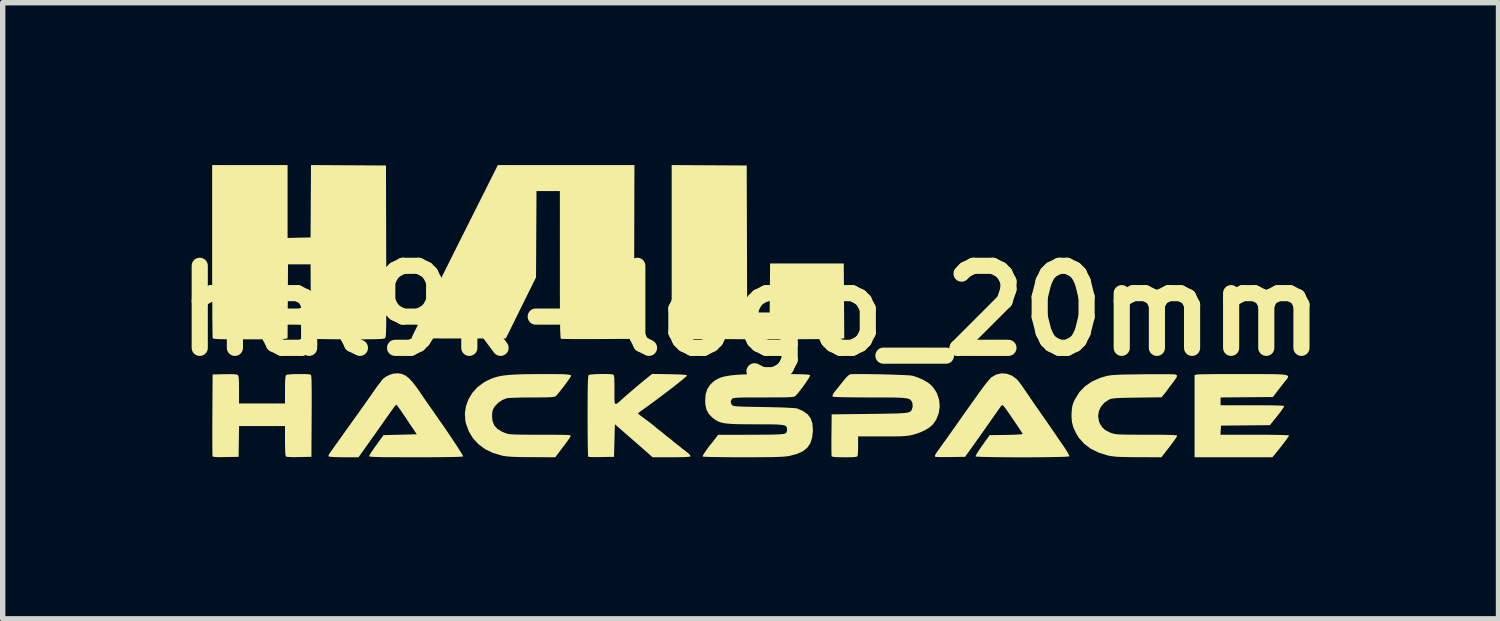
<source format=kicad_pcb>
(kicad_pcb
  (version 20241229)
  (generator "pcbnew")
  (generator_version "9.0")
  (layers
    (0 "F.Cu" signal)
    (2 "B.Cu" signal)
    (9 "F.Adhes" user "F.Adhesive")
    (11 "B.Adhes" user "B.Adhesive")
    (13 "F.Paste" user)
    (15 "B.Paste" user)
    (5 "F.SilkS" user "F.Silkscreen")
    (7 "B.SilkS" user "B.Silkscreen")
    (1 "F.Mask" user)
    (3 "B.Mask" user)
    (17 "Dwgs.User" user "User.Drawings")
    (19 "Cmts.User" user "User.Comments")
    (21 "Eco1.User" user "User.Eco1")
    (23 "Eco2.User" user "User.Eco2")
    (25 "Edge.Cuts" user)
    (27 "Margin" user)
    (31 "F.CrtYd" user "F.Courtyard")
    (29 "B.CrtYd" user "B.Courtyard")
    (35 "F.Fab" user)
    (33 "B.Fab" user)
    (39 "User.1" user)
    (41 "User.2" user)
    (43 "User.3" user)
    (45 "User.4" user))
  (footprint "hal9k-logo_20mm"
    (layer "F.Cu")
    (at 10.893 2.722)
    (property "Reference" "hal9k-logo_20mm" (at 0 0 0) (layer "F.SilkS") (effects (font (size 1.524 1.524) (thickness 0.3))))
    (attr board_only exclude_from_pos_files exclude_from_bom)
    (fp_poly (pts (xy 7.221 -2.722) (xy 7.367 -2.721) (xy 7.485 -2.72) (xy 7.577 -2.717) (xy 7.646 -2.715) (xy 7.692 -2.711) (xy 7.719 -2.707) (xy 7.728 -2.703) (xy 7.731 -2.692) (xy 7.734 -2.665) (xy 7.737 -2.622) (xy 7.739 -2.56) (xy 7.741 -2.479) (xy 7.743 -2.376) (xy 7.744 -2.25) (xy 7.745 -2.1) (xy 7.746 -1.924) (xy 7.747 -1.721) (xy 7.747 -1.489) (xy 7.747 -1.228) (xy 7.747 -1.101) (xy 7.747 -0.878) (xy 7.747 -0.664) (xy 7.746 -0.46) (xy 7.746 -0.27) (xy 7.745 -0.096) (xy 7.744 0.061) (xy 7.743 0.198) (xy 7.742 0.312) (xy 7.741 0.402) (xy 7.74 0.466) (xy 7.738 0.5) (xy 7.737 0.506) (xy 7.732 0.512) (xy 7.72 0.517) (xy 7.699 0.522) (xy 7.664 0.525) (xy 7.615 0.527) (xy 7.547 0.529) (xy 7.458 0.53) (xy 7.346 0.531) (xy 7.207 0.531) (xy 7.04 0.532) (xy 6.894 0.531) (xy 6.758 0.531) (xy 6.635 0.529) (xy 6.53 0.528) (xy 6.444 0.526) (xy 6.382 0.524) (xy 6.347 0.522) (xy 6.341 0.521) (xy 6.339 0.504) (xy 6.338 0.456) (xy 6.336 0.381) (xy 6.335 0.28) (xy 6.334 0.156) (xy 6.333 0.01) (xy 6.332 -0.155) (xy 6.331 -0.336) (xy 6.331 -0.533) (xy 6.33 -0.742) (xy 6.33 -0.962) (xy 6.33 -1.096) (xy 6.33 -1.361) (xy 6.33 -1.595) (xy 6.33 -1.801) (xy 6.331 -1.979) (xy 6.331 -2.133) (xy 6.332 -2.265) (xy 6.333 -2.374) (xy 6.334 -2.465) (xy 6.336 -2.538) (xy 6.338 -2.595) (xy 6.34 -2.639) (xy 6.343 -2.67) (xy 6.346 -2.691) (xy 6.349 -2.704) (xy 6.353 -2.711) (xy 6.355 -2.712) (xy 6.377 -2.714) (xy 6.426 -2.716) (xy 6.501 -2.718) (xy 6.598 -2.72) (xy 6.713 -2.721) (xy 6.842 -2.722) (xy 6.982 -2.722) (xy 7.045 -2.722)) (stroke (width 0) (type solid)) (fill yes) (layer "F.Mask"))
    (fp_poly (pts (xy 9.346 -2.722) (xy 9.496 -2.722) (xy 9.62 -2.721) (xy 9.719 -2.72) (xy 9.796 -2.718) (xy 9.854 -2.716) (xy 9.895 -2.713) (xy 9.923 -2.709) (xy 9.939 -2.705) (xy 9.947 -2.7) (xy 9.948 -2.698) (xy 9.943 -2.678) (xy 9.922 -2.633) (xy 9.887 -2.564) (xy 9.84 -2.475) (xy 9.781 -2.367) (xy 9.712 -2.242) (xy 9.635 -2.106) (xy 9.564 -1.98) (xy 9.496 -1.861) (xy 9.434 -1.751) (xy 9.38 -1.656) (xy 9.335 -1.577) (xy 9.302 -1.518) (xy 9.282 -1.483) (xy 9.279 -1.478) (xy 9.234 -1.398) (xy 9.2 -1.338) (xy 9.171 -1.29) (xy 9.151 -1.256) (xy 9.129 -1.215) (xy 9.117 -1.184) (xy 9.116 -1.178) (xy 9.124 -1.158) (xy 9.144 -1.114) (xy 9.176 -1.052) (xy 9.216 -0.975) (xy 9.263 -0.888) (xy 9.272 -0.872) (xy 9.324 -0.777) (xy 9.374 -0.684) (xy 9.42 -0.6) (xy 9.458 -0.531) (xy 9.483 -0.483) (xy 9.522 -0.41) (xy 9.566 -0.33) (xy 9.596 -0.274) (xy 9.63 -0.211) (xy 9.664 -0.149) (xy 9.688 -0.105) (xy 9.768 0.04) (xy 9.838 0.168) (xy 9.897 0.28) (xy 9.943 0.372) (xy 9.975 0.442) (xy 9.993 0.489) (xy 9.996 0.508) (xy 9.99 0.514) (xy 9.975 0.518) (xy 9.949 0.522) (xy 9.908 0.525) (xy 9.851 0.527) (xy 9.775 0.529) (xy 9.677 0.53) (xy 9.555 0.531) (xy 9.407 0.531) (xy 9.229 0.532) (xy 9.183 0.532) (xy 8.992 0.531) (xy 8.831 0.531) (xy 8.698 0.53) (xy 8.591 0.528) (xy 8.507 0.526) (xy 8.445 0.524) (xy 8.401 0.52) (xy 8.375 0.516) (xy 8.363 0.512) (xy 8.363 0.511) (xy 8.351 0.491) (xy 8.327 0.446) (xy 8.295 0.384) (xy 8.257 0.308) (xy 8.232 0.258) (xy 8.118 0.024) (xy 8.118 -1.116) (xy 8.118 -2.255) (xy 8.23 -2.479) (xy 8.27 -2.556) (xy 8.307 -2.624) (xy 8.339 -2.675) (xy 8.361 -2.706) (xy 8.368 -2.712) (xy 8.389 -2.714) (xy 8.439 -2.716) (xy 8.514 -2.718) (xy 8.612 -2.719) (xy 8.73 -2.72) (xy 8.863 -2.721) (xy 9.009 -2.722) (xy 9.164 -2.722) (xy 9.166 -2.722)) (stroke (width 0) (type solid)) (fill yes) (layer "F.Mask"))
    (fp_poly (pts (xy 4.434 -2.719) (xy 4.575 -2.718) (xy 4.693 -2.715) (xy 4.793 -2.711) (xy 4.877 -2.706) (xy 4.947 -2.699) (xy 5.006 -2.69) (xy 5.057 -2.679) (xy 5.102 -2.667) (xy 5.123 -2.66) (xy 5.274 -2.592) (xy 5.406 -2.499) (xy 5.516 -2.383) (xy 5.602 -2.246) (xy 5.664 -2.091) (xy 5.679 -2.034) (xy 5.684 -2.005) (xy 5.689 -1.969) (xy 5.693 -1.921) (xy 5.696 -1.861) (xy 5.698 -1.785) (xy 5.7 -1.69) (xy 5.701 -1.574) (xy 5.702 -1.433) (xy 5.702 -1.266) (xy 5.702 -1.093) (xy 5.702 -0.879) (xy 5.7 -0.69) (xy 5.698 -0.529) (xy 5.696 -0.396) (xy 5.692 -0.292) (xy 5.689 -0.218) (xy 5.684 -0.176) (xy 5.684 -0.173) (xy 5.636 -0.017) (xy 5.562 0.126) (xy 5.466 0.25) (xy 5.349 0.353) (xy 5.226 0.426) (xy 5.185 0.446) (xy 5.147 0.462) (xy 5.111 0.476) (xy 5.073 0.488) (xy 5.03 0.497) (xy 4.98 0.505) (xy 4.919 0.511) (xy 4.846 0.515) (xy 4.756 0.519) (xy 4.647 0.521) (xy 4.517 0.523) (xy 4.362 0.524) (xy 4.18 0.524) (xy 4.035 0.525) (xy 3.862 0.525) (xy 3.696 0.525) (xy 3.541 0.525) (xy 3.399 0.524) (xy 3.274 0.522) (xy 3.169 0.521) (xy 3.087 0.519) (xy 3.032 0.516) (xy 3.012 0.515) (xy 2.847 0.477) (xy 2.698 0.412) (xy 2.565 0.322) (xy 2.452 0.209) (xy 2.361 0.074) (xy 2.293 -0.079) (xy 2.261 -0.196) (xy 2.25 -0.268) (xy 2.243 -0.341) (xy 2.242 -0.393) (xy 2.247 -0.475) (xy 3.729 -0.475) (xy 3.733 -0.221) (xy 3.738 0.032) (xy 4.155 0.032) (xy 4.155 -0.902) (xy 3.205 -0.902) (xy 3.005 -0.902) (xy 2.836 -0.902) (xy 2.694 -0.903) (xy 2.577 -0.903) (xy 2.482 -0.904) (xy 2.407 -0.906) (xy 2.35 -0.908) (xy 2.308 -0.91) (xy 2.279 -0.913) (xy 2.26 -0.917) (xy 2.249 -0.922) (xy 2.244 -0.928) (xy 2.242 -0.93) (xy 2.239 -0.953) (xy 2.237 -1.004) (xy 2.235 -1.078) (xy 2.233 -1.172) (xy 2.233 -1.281) (xy 2.233 -1.4) (xy 2.233 -1.401) (xy 3.736 -1.401) (xy 4.155 -1.401) (xy 4.155 -2.224) (xy 3.95 -2.219) (xy 3.745 -2.215) (xy 3.736 -1.401) (xy 2.233 -1.401) (xy 2.233 -1.433) (xy 2.234 -1.596) (xy 2.236 -1.731) (xy 2.241 -1.843) (xy 2.248 -1.934) (xy 2.258 -2.011) (xy 2.272 -2.076) (xy 2.29 -2.135) (xy 2.313 -2.191) (xy 2.341 -2.248) (xy 2.344 -2.254) (xy 2.433 -2.39) (xy 2.546 -2.505) (xy 2.681 -2.597) (xy 2.835 -2.665) (xy 2.867 -2.676) (xy 2.894 -2.684) (xy 2.921 -2.69) (xy 2.95 -2.696) (xy 2.984 -2.7) (xy 3.025 -2.704) (xy 3.078 -2.707) (xy 3.145 -2.71) (xy 3.228 -2.712) (xy 3.331 -2.713) (xy 3.456 -2.715) (xy 3.607 -2.716) (xy 3.786 -2.718) (xy 3.857 -2.718) (xy 4.078 -2.719) (xy 4.269 -2.72)) (stroke (width 0) (type solid)) (fill yes) (layer "F.Mask"))
    (fp_poly (pts (xy -0.769 -2.702) (xy -0.072 -2.698) (xy -0.068 -1.333) (xy -0.064 0.032) (xy 0.354 0.032) (xy 0.358 -0.423) (xy 0.362 -0.878) (xy 1.731 -0.878) (xy 1.74 0.511) (xy 1.672 0.522) (xy 1.647 0.523) (xy 1.593 0.525) (xy 1.513 0.526) (xy 1.408 0.527) (xy 1.283 0.527) (xy 1.139 0.528) (xy 0.979 0.529) (xy 0.807 0.529) (xy 0.625 0.529) (xy 0.435 0.529) (xy 0.241 0.529) (xy 0.046 0.529) (xy -0.149 0.529) (xy -0.34 0.528) (xy -0.524 0.528) (xy -0.698 0.527) (xy -0.861 0.526) (xy -1.009 0.526) (xy -1.139 0.525) (xy -1.248 0.524) (xy -1.335 0.522) (xy -1.395 0.521) (xy -1.426 0.52) (xy -1.429 0.519) (xy -1.466 0.513) (xy -1.466 -2.706)) (stroke (width 0) (type solid)) (fill yes) (layer "F.SilkS"))
    (fp_poly (pts (xy -2.166 0.523) (xy -2.835 0.526) (xy -2.979 0.527) (xy -3.113 0.527) (xy -3.235 0.526) (xy -3.339 0.526) (xy -3.424 0.525) (xy -3.484 0.523) (xy -3.518 0.522) (xy -3.523 0.521) (xy -3.527 0.513) (xy -3.53 0.492) (xy -3.533 0.456) (xy -3.535 0.404) (xy -3.538 0.333) (xy -3.539 0.241) (xy -3.541 0.128) (xy -3.542 -0.008) (xy -3.542 -0.17) (xy -3.543 -0.358) (xy -3.543 -0.576) (xy -3.543 -0.823) (xy -3.543 -0.855) (xy -3.543 -2.223) (xy -3.977 -2.223) (xy -3.986 -0.62) (xy -4.201 -0.185) (xy -4.259 -0.068) (xy -4.315 0.046) (xy -4.368 0.153) (xy -4.414 0.247) (xy -4.452 0.323) (xy -4.478 0.377) (xy -4.481 0.383) (xy -4.547 0.515) (xy -5.422 0.515) (xy -5.587 0.515) (xy -5.741 0.515) (xy -5.883 0.514) (xy -6.008 0.512) (xy -6.115 0.511) (xy -6.2 0.509) (xy -6.26 0.507) (xy -6.293 0.505) (xy -6.298 0.503) (xy -6.291 0.488) (xy -6.27 0.445) (xy -6.237 0.377) (xy -6.192 0.286) (xy -6.136 0.174) (xy -6.071 0.042) (xy -5.996 -0.108) (xy -5.914 -0.273) (xy -5.824 -0.453) (xy -5.728 -0.644) (xy -5.627 -0.846) (xy -5.522 -1.057) (xy -5.497 -1.107) (xy -4.695 -2.706) (xy -2.158 -2.706)) (stroke (width 0) (type solid)) (fill yes) (layer "F.SilkS"))
    (fp_poly (pts (xy -8.274 1.177) (xy -8.216 1.18) (xy -8.178 1.186) (xy -8.17 1.189) (xy -8.165 1.199) (xy -8.161 1.222) (xy -8.158 1.262) (xy -8.155 1.32) (xy -8.154 1.399) (xy -8.153 1.501) (xy -8.153 1.629) (xy -8.153 1.784) (xy -8.154 1.958) (xy -8.158 2.714) (xy -8.39 2.718) (xy -8.488 2.72) (xy -8.558 2.718) (xy -8.604 2.715) (xy -8.629 2.708) (xy -8.636 2.702) (xy -8.64 2.68) (xy -8.644 2.631) (xy -8.647 2.562) (xy -8.649 2.478) (xy -8.649 2.412) (xy -8.649 2.142) (xy -9.502 2.142) (xy -9.511 2.714) (xy -9.749 2.718) (xy -9.847 2.72) (xy -9.917 2.719) (xy -9.962 2.715) (xy -9.987 2.709) (xy -9.995 2.702) (xy -9.996 2.682) (xy -9.997 2.634) (xy -9.998 2.559) (xy -9.999 2.462) (xy -9.999 2.346) (xy -9.999 2.215) (xy -9.999 2.07) (xy -9.998 1.933) (xy -9.994 1.184) (xy -9.771 1.179) (xy -9.666 1.178) (xy -9.591 1.18) (xy -9.544 1.186) (xy -9.526 1.193) (xy -9.517 1.207) (xy -9.51 1.236) (xy -9.506 1.283) (xy -9.504 1.353) (xy -9.503 1.45) (xy -9.503 1.468) (xy -9.503 1.723) (xy -8.649 1.723) (xy -8.649 1.469) (xy -8.648 1.357) (xy -8.645 1.276) (xy -8.639 1.223) (xy -8.631 1.197) (xy -8.63 1.195) (xy -8.607 1.188) (xy -8.56 1.182) (xy -8.495 1.178) (xy -8.421 1.176) (xy -8.345 1.176)) (stroke (width 0) (type solid)) (fill yes) (layer "F.SilkS"))
    (fp_poly (pts (xy 9.109 1.176) (xy 9.15 1.176) (xy 9.342 1.177) (xy 9.504 1.177) (xy 9.639 1.178) (xy 9.747 1.179) (xy 9.833 1.182) (xy 9.897 1.187) (xy 9.942 1.194) (xy 9.97 1.203) (xy 9.983 1.216) (xy 9.984 1.231) (xy 9.975 1.251) (xy 9.958 1.274) (xy 9.934 1.303) (xy 9.918 1.323) (xy 9.888 1.361) (xy 9.846 1.416) (xy 9.8 1.475) (xy 9.788 1.49) (xy 9.702 1.603) (xy 9.216 1.607) (xy 8.73 1.611) (xy 8.73 1.756) (xy 9.317 1.756) (xy 9.451 1.756) (xy 9.575 1.757) (xy 9.685 1.758) (xy 9.777 1.76) (xy 9.848 1.763) (xy 9.894 1.766) (xy 9.912 1.769) (xy 9.912 1.769) (xy 9.905 1.788) (xy 9.878 1.83) (xy 9.831 1.895) (xy 9.763 1.981) (xy 9.695 2.065) (xy 9.646 2.126) (xy 9.192 2.13) (xy 8.738 2.134) (xy 8.733 2.219) (xy 8.728 2.303) (xy 9.365 2.303) (xy 9.505 2.304) (xy 9.634 2.304) (xy 9.749 2.306) (xy 9.847 2.308) (xy 9.923 2.31) (xy 9.976 2.313) (xy 10.001 2.316) (xy 10.002 2.317) (xy 9.993 2.335) (xy 9.967 2.373) (xy 9.929 2.426) (xy 9.882 2.488) (xy 9.83 2.554) (xy 9.778 2.619) (xy 9.757 2.645) (xy 9.693 2.722) (xy 8.247 2.722) (xy 8.247 1.195) (xy 8.288 1.185) (xy 8.311 1.183) (xy 8.364 1.181) (xy 8.443 1.18) (xy 8.544 1.178) (xy 8.664 1.177) (xy 8.801 1.177) (xy 8.95 1.176)) (stroke (width 0) (type solid)) (fill yes) (layer "F.SilkS"))
    (fp_poly (pts (xy -7.469 -2.702) (xy -6.773 -2.698) (xy -6.769 -1.103) (xy -6.768 -0.841) (xy -6.767 -0.609) (xy -6.767 -0.405) (xy -6.767 -0.228) (xy -6.767 -0.075) (xy -6.768 0.055) (xy -6.768 0.163) (xy -6.769 0.253) (xy -6.77 0.326) (xy -6.772 0.383) (xy -6.774 0.427) (xy -6.777 0.459) (xy -6.78 0.482) (xy -6.783 0.497) (xy -6.787 0.506) (xy -6.792 0.511) (xy -6.792 0.512) (xy -6.807 0.517) (xy -6.837 0.522) (xy -6.884 0.525) (xy -6.951 0.528) (xy -7.04 0.53) (xy -7.155 0.531) (xy -7.296 0.531) (xy -7.457 0.531) (xy -7.598 0.531) (xy -7.731 0.53) (xy -7.85 0.529) (xy -7.953 0.527) (xy -8.036 0.525) (xy -8.095 0.524) (xy -8.126 0.522) (xy -8.13 0.521) (xy -8.166 0.512) (xy -8.174 -0.862) (xy -8.593 -0.862) (xy -8.597 -0.175) (xy -8.601 0.512) (xy -8.637 0.521) (xy -8.661 0.524) (xy -8.713 0.525) (xy -8.79 0.527) (xy -8.889 0.529) (xy -9.005 0.53) (xy -9.135 0.531) (xy -9.275 0.531) (xy -9.328 0.531) (xy -9.492 0.531) (xy -9.626 0.531) (xy -9.734 0.53) (xy -9.819 0.529) (xy -9.883 0.527) (xy -9.929 0.524) (xy -9.96 0.521) (xy -9.979 0.516) (xy -9.989 0.511) (xy -9.992 0.506) (xy -9.994 0.487) (xy -9.995 0.437) (xy -9.996 0.36) (xy -9.997 0.257) (xy -9.999 0.131) (xy -9.999 -0.016) (xy -10 -0.182) (xy -10.001 -0.365) (xy -10.002 -0.562) (xy -10.002 -0.772) (xy -10.002 -0.992) (xy -10.002 -1.113) (xy -10.002 -2.706) (xy -8.601 -2.706) (xy -8.601 -1.352) (xy -8.387 -1.357) (xy -8.174 -1.361) (xy -8.17 -2.034) (xy -8.166 -2.706)) (stroke (width 0) (type solid)) (fill yes) (layer "F.SilkS"))
    (fp_poly (pts (xy 7.656 1.179) (xy 7.75 1.179) (xy 7.823 1.18) (xy 7.87 1.182) (xy 7.888 1.184) (xy 7.913 1.194) (xy 7.921 1.211) (xy 7.911 1.241) (xy 7.881 1.286) (xy 7.848 1.331) (xy 7.806 1.386) (xy 7.767 1.437) (xy 7.74 1.473) (xy 7.739 1.475) (xy 7.705 1.521) (xy 7.67 1.564) (xy 7.634 1.608) (xy 7.179 1.614) (xy 7.041 1.616) (xy 6.931 1.618) (xy 6.846 1.621) (xy 6.781 1.625) (xy 6.734 1.63) (xy 6.7 1.635) (xy 6.676 1.643) (xy 6.668 1.646) (xy 6.577 1.704) (xy 6.511 1.778) (xy 6.47 1.864) (xy 6.456 1.957) (xy 6.471 2.054) (xy 6.49 2.1) (xy 6.531 2.165) (xy 6.586 2.215) (xy 6.662 2.256) (xy 6.705 2.273) (xy 6.73 2.281) (xy 6.757 2.287) (xy 6.79 2.293) (xy 6.832 2.297) (xy 6.888 2.299) (xy 6.961 2.301) (xy 7.054 2.302) (xy 7.171 2.303) (xy 7.316 2.303) (xy 7.356 2.303) (xy 7.513 2.303) (xy 7.64 2.304) (xy 7.74 2.306) (xy 7.815 2.308) (xy 7.869 2.311) (xy 7.903 2.314) (xy 7.921 2.319) (xy 7.924 2.324) (xy 7.915 2.343) (xy 7.889 2.382) (xy 7.85 2.437) (xy 7.801 2.502) (xy 7.778 2.533) (xy 7.631 2.722) (xy 7.202 2.721) (xy 7.065 2.72) (xy 6.955 2.718) (xy 6.867 2.716) (xy 6.797 2.712) (xy 6.739 2.706) (xy 6.689 2.699) (xy 6.641 2.69) (xy 6.636 2.689) (xy 6.467 2.637) (xy 6.319 2.564) (xy 6.195 2.47) (xy 6.094 2.356) (xy 6.043 2.272) (xy 5.996 2.169) (xy 5.97 2.072) (xy 5.961 1.967) (xy 5.963 1.894) (xy 5.969 1.816) (xy 5.98 1.756) (xy 6.001 1.696) (xy 6.029 1.638) (xy 6.11 1.509) (xy 6.216 1.4) (xy 6.346 1.312) (xy 6.499 1.245) (xy 6.604 1.215) (xy 6.642 1.207) (xy 6.684 1.2) (xy 6.735 1.195) (xy 6.798 1.191) (xy 6.877 1.187) (xy 6.976 1.185) (xy 7.098 1.183) (xy 7.248 1.181) (xy 7.288 1.18) (xy 7.421 1.179) (xy 7.545 1.179)) (stroke (width 0) (type solid)) (fill yes) (layer "F.SilkS"))
    (fp_poly (pts (xy -3.643 1.177) (xy -3.543 1.178) (xy -3.466 1.18) (xy -3.41 1.184) (xy -3.371 1.189) (xy -3.348 1.195) (xy -3.336 1.203) (xy -3.334 1.211) (xy -3.343 1.229) (xy -3.369 1.267) (xy -3.405 1.318) (xy -3.449 1.377) (xy -3.495 1.438) (xy -3.54 1.495) (xy -3.579 1.543) (xy -3.607 1.575) (xy -3.614 1.582) (xy -3.626 1.591) (xy -3.644 1.598) (xy -3.672 1.603) (xy -3.713 1.606) (xy -3.771 1.609) (xy -3.851 1.61) (xy -3.957 1.611) (xy -4.057 1.611) (xy -4.173 1.612) (xy -4.281 1.613) (xy -4.376 1.616) (xy -4.454 1.619) (xy -4.508 1.623) (xy -4.531 1.626) (xy -4.612 1.658) (xy -4.689 1.711) (xy -4.752 1.777) (xy -4.763 1.793) (xy -4.788 1.842) (xy -4.8 1.897) (xy -4.803 1.956) (xy -4.793 2.052) (xy -4.761 2.13) (xy -4.704 2.194) (xy -4.62 2.246) (xy -4.559 2.272) (xy -4.535 2.28) (xy -4.509 2.287) (xy -4.478 2.292) (xy -4.437 2.296) (xy -4.383 2.299) (xy -4.313 2.301) (xy -4.223 2.302) (xy -4.109 2.303) (xy -3.968 2.303) (xy -3.904 2.303) (xy -3.752 2.303) (xy -3.63 2.304) (xy -3.534 2.305) (xy -3.461 2.306) (xy -3.409 2.308) (xy -3.373 2.311) (xy -3.352 2.315) (xy -3.342 2.32) (xy -3.34 2.327) (xy -3.341 2.329) (xy -3.354 2.351) (xy -3.383 2.393) (xy -3.423 2.45) (xy -3.472 2.516) (xy -3.49 2.539) (xy -3.629 2.722) (xy -4.057 2.72) (xy -4.202 2.719) (xy -4.319 2.717) (xy -4.413 2.714) (xy -4.489 2.709) (xy -4.551 2.703) (xy -4.604 2.694) (xy -4.616 2.692) (xy -4.783 2.643) (xy -4.93 2.572) (xy -5.056 2.479) (xy -5.159 2.367) (xy -5.237 2.236) (xy -5.289 2.09) (xy -5.298 2.048) (xy -5.308 1.911) (xy -5.288 1.775) (xy -5.241 1.645) (xy -5.168 1.525) (xy -5.073 1.419) (xy -4.956 1.333) (xy -4.939 1.323) (xy -4.873 1.288) (xy -4.808 1.259) (xy -4.741 1.236) (xy -4.667 1.217) (xy -4.583 1.203) (xy -4.485 1.192) (xy -4.368 1.185) (xy -4.23 1.18) (xy -4.067 1.178) (xy -3.926 1.177) (xy -3.77 1.177)) (stroke (width 0) (type solid)) (fill yes) (layer "F.SilkS"))
    (fp_poly (pts (xy 2.11 1.177) (xy 2.22 1.178) (xy 2.339 1.18) (xy 2.461 1.182) (xy 2.582 1.185) (xy 2.696 1.189) (xy 2.8 1.193) (xy 2.888 1.197) (xy 2.955 1.201) (xy 2.997 1.206) (xy 3.004 1.207) (xy 3.101 1.237) (xy 3.203 1.282) (xy 3.294 1.335) (xy 3.348 1.377) (xy 3.393 1.427) (xy 3.437 1.491) (xy 3.463 1.538) (xy 3.502 1.657) (xy 3.513 1.78) (xy 3.495 1.903) (xy 3.451 2.018) (xy 3.391 2.106) (xy 3.325 2.167) (xy 3.233 2.223) (xy 3.125 2.27) (xy 3.023 2.302) (xy 2.979 2.312) (xy 2.935 2.32) (xy 2.888 2.326) (xy 2.832 2.33) (xy 2.763 2.333) (xy 2.676 2.334) (xy 2.565 2.335) (xy 2.441 2.335) (xy 1.997 2.335) (xy 1.997 2.503) (xy 1.996 2.576) (xy 1.994 2.638) (xy 1.99 2.682) (xy 1.987 2.697) (xy 1.979 2.707) (xy 1.96 2.714) (xy 1.926 2.718) (xy 1.872 2.721) (xy 1.792 2.722) (xy 1.745 2.722) (xy 1.647 2.721) (xy 1.577 2.719) (xy 1.533 2.714) (xy 1.51 2.707) (xy 1.505 2.702) (xy 1.503 2.68) (xy 1.502 2.631) (xy 1.501 2.56) (xy 1.501 2.471) (xy 1.501 2.368) (xy 1.502 2.303) (xy 1.506 1.925) (xy 2.207 1.917) (xy 2.382 1.915) (xy 2.527 1.912) (xy 2.646 1.91) (xy 2.742 1.907) (xy 2.817 1.903) (xy 2.874 1.898) (xy 2.916 1.892) (xy 2.946 1.884) (xy 2.966 1.873) (xy 2.98 1.861) (xy 2.991 1.846) (xy 2.995 1.837) (xy 3.011 1.781) (xy 3.006 1.72) (xy 2.995 1.69) (xy 2.984 1.672) (xy 2.971 1.656) (xy 2.953 1.644) (xy 2.927 1.634) (xy 2.89 1.626) (xy 2.84 1.62) (xy 2.773 1.616) (xy 2.686 1.613) (xy 2.577 1.612) (xy 2.443 1.611) (xy 2.28 1.611) (xy 2.208 1.611) (xy 2.015 1.61) (xy 1.854 1.609) (xy 1.724 1.607) (xy 1.627 1.604) (xy 1.561 1.601) (xy 1.527 1.596) (xy 1.522 1.594) (xy 1.523 1.568) (xy 1.542 1.53) (xy 1.575 1.487) (xy 1.582 1.48) (xy 1.6 1.458) (xy 1.633 1.417) (xy 1.675 1.364) (xy 1.706 1.325) (xy 1.757 1.262) (xy 1.803 1.214) (xy 1.837 1.186) (xy 1.847 1.182) (xy 1.876 1.179) (xy 1.933 1.177) (xy 2.013 1.176)) (stroke (width 0) (type solid)) (fill yes) (layer "F.SilkS"))
    (fp_poly (pts (xy -6.478 1.174) (xy -6.412 1.203) (xy -6.347 1.253) (xy -6.279 1.326) (xy -6.203 1.425) (xy -6.159 1.488) (xy -6.106 1.566) (xy -6.053 1.644) (xy -6.005 1.713) (xy -5.969 1.764) (xy -5.873 1.901) (xy -5.779 2.036) (xy -5.689 2.165) (xy -5.606 2.287) (xy -5.532 2.398) (xy -5.467 2.496) (xy -5.413 2.579) (xy -5.373 2.643) (xy -5.348 2.686) (xy -5.34 2.706) (xy -5.34 2.707) (xy -5.358 2.71) (xy -5.405 2.713) (xy -5.481 2.716) (xy -5.582 2.718) (xy -5.706 2.719) (xy -5.85 2.721) (xy -6.014 2.722) (xy -6.194 2.722) (xy -6.218 2.722) (xy -6.413 2.722) (xy -6.578 2.721) (xy -6.715 2.721) (xy -6.827 2.72) (xy -6.916 2.718) (xy -6.983 2.716) (xy -7.032 2.713) (xy -7.064 2.71) (xy -7.081 2.706) (xy -7.087 2.701) (xy -7.087 2.701) (xy -7.078 2.681) (xy -7.053 2.64) (xy -7.016 2.585) (xy -6.97 2.519) (xy -6.953 2.496) (xy -6.819 2.311) (xy -6.51 2.303) (xy -6.201 2.295) (xy -6.358 2.062) (xy -6.409 1.984) (xy -6.456 1.916) (xy -6.493 1.861) (xy -6.518 1.825) (xy -6.527 1.812) (xy -6.547 1.786) (xy -6.561 1.765) (xy -6.569 1.754) (xy -6.575 1.748) (xy -6.583 1.748) (xy -6.596 1.758) (xy -6.616 1.781) (xy -6.644 1.82) (xy -6.685 1.877) (xy -6.74 1.955) (xy -6.79 2.026) (xy -6.844 2.103) (xy -6.898 2.179) (xy -6.946 2.247) (xy -6.981 2.298) (xy -6.983 2.3) (xy -7.02 2.351) (xy -7.068 2.419) (xy -7.121 2.494) (xy -7.166 2.557) (xy -7.283 2.722) (xy -7.555 2.722) (xy -7.657 2.721) (xy -7.739 2.718) (xy -7.798 2.714) (xy -7.831 2.709) (xy -7.836 2.706) (xy -7.84 2.697) (xy -7.84 2.687) (xy -7.833 2.671) (xy -7.815 2.643) (xy -7.784 2.598) (xy -7.737 2.533) (xy -7.736 2.53) (xy -7.686 2.461) (xy -7.634 2.388) (xy -7.589 2.325) (xy -7.581 2.313) (xy -7.534 2.247) (xy -7.483 2.176) (xy -7.448 2.128) (xy -7.401 2.061) (xy -7.343 1.981) (xy -7.279 1.891) (xy -7.213 1.798) (xy -7.147 1.705) (xy -7.087 1.62) (xy -7.035 1.546) (xy -6.995 1.488) (xy -6.974 1.458) (xy -6.941 1.411) (xy -6.912 1.372) (xy -6.898 1.356) (xy -6.873 1.323) (xy -6.861 1.304) (xy -6.826 1.263) (xy -6.77 1.223) (xy -6.704 1.19) (xy -6.638 1.169) (xy -6.626 1.167) (xy -6.548 1.163)) (stroke (width 0) (type solid)) (fill yes) (layer "F.SilkS"))
    (fp_poly (pts (xy 4.76 1.171) (xy 4.855 1.206) (xy 4.938 1.267) (xy 4.955 1.285) (xy 4.973 1.305) (xy 4.994 1.331) (xy 5.02 1.367) (xy 5.056 1.417) (xy 5.102 1.484) (xy 5.162 1.572) (xy 5.205 1.635) (xy 5.251 1.702) (xy 5.308 1.784) (xy 5.368 1.87) (xy 5.411 1.933) (xy 5.47 2.017) (xy 5.535 2.11) (xy 5.597 2.2) (xy 5.635 2.255) (xy 5.69 2.336) (xy 5.751 2.426) (xy 5.81 2.51) (xy 5.835 2.547) (xy 5.874 2.607) (xy 5.903 2.657) (xy 5.919 2.692) (xy 5.92 2.704) (xy 5.902 2.708) (xy 5.856 2.712) (xy 5.784 2.715) (xy 5.691 2.717) (xy 5.581 2.719) (xy 5.456 2.721) (xy 5.321 2.722) (xy 5.179 2.723) (xy 5.034 2.723) (xy 4.889 2.723) (xy 4.748 2.722) (xy 4.615 2.721) (xy 4.493 2.719) (xy 4.386 2.717) (xy 4.298 2.715) (xy 4.231 2.712) (xy 4.191 2.709) (xy 4.18 2.706) (xy 4.185 2.688) (xy 4.206 2.649) (xy 4.241 2.594) (xy 4.285 2.528) (xy 4.305 2.5) (xy 4.441 2.311) (xy 4.75 2.307) (xy 4.855 2.305) (xy 4.941 2.301) (xy 5.005 2.297) (xy 5.044 2.292) (xy 5.055 2.288) (xy 5.044 2.27) (xy 5.019 2.231) (xy 4.98 2.173) (xy 4.932 2.101) (xy 4.877 2.02) (xy 4.866 2.003) (xy 4.804 1.912) (xy 4.757 1.845) (xy 4.723 1.799) (xy 4.699 1.77) (xy 4.683 1.756) (xy 4.671 1.754) (xy 4.661 1.761) (xy 4.656 1.767) (xy 4.638 1.791) (xy 4.606 1.837) (xy 4.563 1.897) (xy 4.514 1.967) (xy 4.494 1.996) (xy 4.438 2.076) (xy 4.369 2.173) (xy 4.295 2.279) (xy 4.221 2.383) (xy 4.171 2.453) (xy 3.985 2.714) (xy 3.711 2.718) (xy 3.62 2.719) (xy 3.541 2.719) (xy 3.478 2.717) (xy 3.438 2.715) (xy 3.426 2.712) (xy 3.425 2.691) (xy 3.44 2.657) (xy 3.464 2.621) (xy 3.466 2.618) (xy 3.48 2.6) (xy 3.509 2.56) (xy 3.549 2.504) (xy 3.597 2.437) (xy 3.618 2.408) (xy 3.668 2.337) (xy 3.714 2.273) (xy 3.75 2.221) (xy 3.773 2.189) (xy 3.778 2.182) (xy 3.797 2.156) (xy 3.829 2.11) (xy 3.869 2.053) (xy 3.897 2.013) (xy 3.943 1.947) (xy 3.988 1.884) (xy 4.025 1.832) (xy 4.039 1.812) (xy 4.064 1.777) (xy 4.103 1.722) (xy 4.153 1.653) (xy 4.208 1.575) (xy 4.251 1.514) (xy 4.309 1.435) (xy 4.365 1.361) (xy 4.415 1.3) (xy 4.454 1.255) (xy 4.474 1.236) (xy 4.564 1.185) (xy 4.661 1.163)) (stroke (width 0) (type solid)) (fill yes) (layer "F.SilkS"))
    (fp_poly (pts (xy -1.507 1.179) (xy -1.385 1.182) (xy -1.294 1.185) (xy -1.23 1.19) (xy -1.193 1.196) (xy -1.18 1.203) (xy -1.191 1.216) (xy -1.225 1.246) (xy -1.278 1.291) (xy -1.347 1.346) (xy -1.428 1.41) (xy -1.52 1.481) (xy -1.617 1.555) (xy -1.717 1.63) (xy -1.817 1.704) (xy -1.912 1.773) (xy -1.985 1.825) (xy -2.035 1.861) (xy -2.073 1.89) (xy -2.092 1.906) (xy -2.094 1.908) (xy -2.082 1.919) (xy -2.049 1.946) (xy -2 1.982) (xy -1.952 2.018) (xy -1.891 2.063) (xy -1.839 2.103) (xy -1.801 2.132) (xy -1.787 2.145) (xy -1.761 2.167) (xy -1.721 2.199) (xy -1.691 2.223) (xy -1.65 2.254) (xy -1.62 2.278) (xy -1.611 2.287) (xy -1.594 2.301) (xy -1.561 2.328) (xy -1.53 2.352) (xy -1.486 2.386) (xy -1.45 2.416) (xy -1.436 2.428) (xy -1.41 2.45) (xy -1.371 2.481) (xy -1.356 2.493) (xy -1.318 2.521) (xy -1.293 2.541) (xy -1.289 2.545) (xy -1.272 2.559) (xy -1.239 2.584) (xy -1.221 2.597) (xy -1.162 2.644) (xy -1.128 2.677) (xy -1.118 2.7) (xy -1.12 2.707) (xy -1.138 2.712) (xy -1.184 2.716) (xy -1.253 2.719) (xy -1.34 2.721) (xy -1.441 2.722) (xy -1.475 2.722) (xy -1.821 2.722) (xy -1.873 2.676) (xy -1.899 2.652) (xy -1.946 2.611) (xy -2.009 2.556) (xy -2.084 2.49) (xy -2.167 2.418) (xy -2.223 2.369) (xy -2.521 2.109) (xy -2.537 2.714) (xy -2.771 2.718) (xy -2.855 2.719) (xy -2.927 2.719) (xy -2.982 2.717) (xy -3.013 2.713) (xy -3.017 2.712) (xy -3.019 2.694) (xy -3.021 2.647) (xy -3.023 2.574) (xy -3.025 2.479) (xy -3.026 2.365) (xy -3.027 2.234) (xy -3.028 2.091) (xy -3.028 1.957) (xy -3.028 1.771) (xy -3.027 1.614) (xy -3.026 1.486) (xy -3.024 1.384) (xy -3.022 1.306) (xy -3.018 1.25) (xy -3.015 1.214) (xy -3.01 1.197) (xy -3.009 1.195) (xy -2.986 1.188) (xy -2.94 1.183) (xy -2.875 1.178) (xy -2.802 1.176) (xy -2.726 1.175) (xy -2.655 1.176) (xy -2.597 1.179) (xy -2.559 1.184) (xy -2.554 1.186) (xy -2.545 1.193) (xy -2.538 1.21) (xy -2.533 1.241) (xy -2.531 1.291) (xy -2.529 1.364) (xy -2.529 1.464) (xy -2.529 1.476) (xy -2.529 1.583) (xy -2.529 1.659) (xy -2.524 1.708) (xy -2.514 1.731) (xy -2.494 1.731) (xy -2.463 1.71) (xy -2.417 1.67) (xy -2.358 1.617) (xy -2.291 1.558) (xy -2.213 1.491) (xy -2.129 1.42) (xy -2.047 1.351) (xy -1.973 1.289) (xy -1.912 1.24) (xy -1.886 1.219) (xy -1.828 1.174)) (stroke (width 0) (type solid)) (fill yes) (layer "F.SilkS"))
    (fp_poly (pts (xy 0.47 1.176) (xy 0.632 1.177) (xy 0.765 1.177) (xy 0.871 1.179) (xy 0.953 1.18) (xy 1.014 1.183) (xy 1.057 1.186) (xy 1.085 1.19) (xy 1.1 1.195) (xy 1.106 1.2) (xy 1.099 1.22) (xy 1.077 1.259) (xy 1.043 1.311) (xy 1.001 1.372) (xy 0.955 1.435) (xy 0.91 1.494) (xy 0.869 1.544) (xy 0.837 1.579) (xy 0.833 1.582) (xy 0.822 1.59) (xy 0.807 1.596) (xy 0.783 1.601) (xy 0.748 1.604) (xy 0.697 1.607) (xy 0.629 1.609) (xy 0.539 1.61) (xy 0.424 1.61) (xy 0.281 1.611) (xy 0.241 1.611) (xy 0.089 1.611) (xy -0.033 1.611) (xy -0.13 1.612) (xy -0.204 1.614) (xy -0.259 1.617) (xy -0.297 1.62) (xy -0.322 1.625) (xy -0.338 1.631) (xy -0.345 1.636) (xy -0.368 1.679) (xy -0.361 1.727) (xy -0.348 1.749) (xy -0.34 1.757) (xy -0.329 1.764) (xy -0.31 1.769) (xy -0.281 1.773) (xy -0.239 1.777) (xy -0.179 1.78) (xy -0.1 1.783) (xy 0.003 1.785) (xy 0.132 1.787) (xy 0.244 1.789) (xy 0.387 1.792) (xy 0.517 1.795) (xy 0.632 1.799) (xy 0.728 1.804) (xy 0.801 1.808) (xy 0.848 1.813) (xy 0.863 1.815) (xy 0.975 1.864) (xy 1.058 1.923) (xy 1.115 1.998) (xy 1.147 2.091) (xy 1.157 2.205) (xy 1.157 2.239) (xy 1.142 2.362) (xy 1.109 2.462) (xy 1.054 2.544) (xy 0.975 2.608) (xy 0.87 2.657) (xy 0.738 2.693) (xy 0.715 2.698) (xy 0.677 2.704) (xy 0.63 2.709) (xy 0.572 2.713) (xy 0.5 2.716) (xy 0.41 2.719) (xy 0.299 2.72) (xy 0.164 2.721) (xy 0.003 2.722) (xy -0.148 2.722) (xy -0.299 2.722) (xy -0.44 2.721) (xy -0.567 2.719) (xy -0.678 2.718) (xy -0.77 2.716) (xy -0.838 2.713) (xy -0.88 2.71) (xy -0.893 2.708) (xy -0.887 2.69) (xy -0.866 2.654) (xy -0.833 2.605) (xy -0.794 2.55) (xy -0.752 2.495) (xy -0.717 2.453) (xy -0.698 2.429) (xy -0.668 2.39) (xy -0.652 2.369) (xy -0.604 2.305) (xy -0.005 2.304) (xy 0.173 2.303) (xy 0.32 2.302) (xy 0.437 2.3) (xy 0.526 2.297) (xy 0.589 2.292) (xy 0.626 2.287) (xy 0.635 2.285) (xy 0.664 2.264) (xy 0.675 2.232) (xy 0.676 2.207) (xy 0.676 2.182) (xy 0.671 2.161) (xy 0.659 2.145) (xy 0.637 2.133) (xy 0.602 2.124) (xy 0.551 2.118) (xy 0.48 2.113) (xy 0.388 2.111) (xy 0.269 2.11) (xy 0.123 2.11) (xy 0.084 2.11) (xy -0.081 2.109) (xy -0.217 2.108) (xy -0.329 2.104) (xy -0.419 2.098) (xy -0.492 2.089) (xy -0.551 2.076) (xy -0.6 2.058) (xy -0.642 2.036) (xy -0.681 2.008) (xy -0.718 1.978) (xy -0.78 1.912) (xy -0.819 1.838) (xy -0.839 1.75) (xy -0.844 1.667) (xy -0.835 1.551) (xy -0.805 1.457) (xy -0.753 1.377) (xy -0.705 1.329) (xy -0.663 1.296) (xy -0.617 1.269) (xy -0.566 1.245) (xy -0.505 1.226) (xy -0.432 1.211) (xy -0.345 1.199) (xy -0.241 1.189) (xy -0.116 1.183) (xy 0.032 1.179) (xy 0.206 1.177) (xy 0.409 1.176)) (stroke (width 0) (type solid)) (fill yes) (layer "F.SilkS")))
  (gr_rect
    (start -3 -3)
    (end 24.786 8.445)
    (stroke (width 0.1) (type default))
    (fill no)
    (layer "Edge.Cuts")))
</source>
